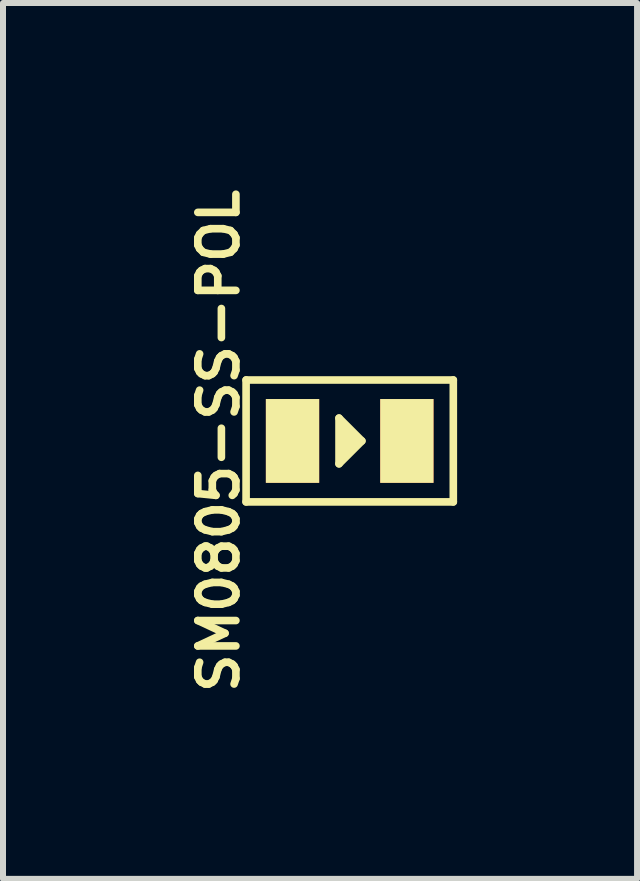
<source format=kicad_pcb>
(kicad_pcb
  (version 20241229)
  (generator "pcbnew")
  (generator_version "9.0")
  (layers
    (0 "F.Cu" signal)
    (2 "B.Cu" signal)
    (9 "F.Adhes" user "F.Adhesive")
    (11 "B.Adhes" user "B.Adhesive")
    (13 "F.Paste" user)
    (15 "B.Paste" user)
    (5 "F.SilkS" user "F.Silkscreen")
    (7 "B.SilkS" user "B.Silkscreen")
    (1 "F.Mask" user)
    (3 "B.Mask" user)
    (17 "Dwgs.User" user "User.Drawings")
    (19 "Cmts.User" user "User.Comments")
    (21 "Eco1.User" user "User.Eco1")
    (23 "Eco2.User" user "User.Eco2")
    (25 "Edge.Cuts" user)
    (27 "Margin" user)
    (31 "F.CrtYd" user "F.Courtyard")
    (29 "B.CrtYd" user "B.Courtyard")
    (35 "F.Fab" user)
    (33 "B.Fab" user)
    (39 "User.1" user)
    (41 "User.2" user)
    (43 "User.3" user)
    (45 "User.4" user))
  (footprint "SM0805-SS-POL"
    (layer "F.Cu")
    (at 2.779 4.3)
    (property "Reference" "SM0805-SS-POL" (at -2.184 0 90) (layer "F.SilkS") (effects (font (size 0.635 0.635) (thickness 0.127))))
    (attr smd)
    (fp_line (start -1.727 1.016) (end -1.727 -1.016) (stroke (width 0.127) (type solid)) (layer "F.SilkS"))
    (fp_line (start -1.727 1.016) (end 1.727 1.016) (stroke (width 0.127) (type solid)) (layer "F.SilkS"))
    (fp_line (start -0.178 0.381) (end -0.178 -0.381) (stroke (width 0.127) (type solid)) (layer "F.SilkS"))
    (fp_line (start -0.102 -0.279) (end -0.102 0.279) (stroke (width 0.127) (type solid)) (layer "F.SilkS"))
    (fp_line (start -0.025 -0.203) (end -0.025 0.203) (stroke (width 0.127) (type solid)) (layer "F.SilkS"))
    (fp_line (start 0.076 -0.102) (end 0.076 0.076) (stroke (width 0.127) (type solid)) (layer "F.SilkS"))
    (fp_line (start 0.203 0) (end -0.178 -0.381) (stroke (width 0.127) (type solid)) (layer "F.SilkS"))
    (fp_line (start 0.203 0) (end -0.178 0.381) (stroke (width 0.127) (type solid)) (layer "F.SilkS"))
    (fp_line (start 1.727 -1.016) (end -1.727 -1.016) (stroke (width 0.127) (type solid)) (layer "F.SilkS"))
    (fp_line (start 1.727 -1.016) (end 1.727 1.016) (stroke (width 0.127) (type solid)) (layer "F.SilkS"))
    (pad "1" smd rect (at -0.953 0) (size 0.889 1.397) (layers "F.Cu" "F.Mask" "F.SilkS" "F.Paste"))
    (pad "2" smd rect (at 0.953 0) (size 0.889 1.397) (layers "F.Cu" "F.Mask" "F.SilkS" "F.Paste")))
  (gr_rect
    (start -3 -3)
    (end 7.569 11.6)
    (stroke (width 0.1) (type default))
    (fill no)
    (layer "Edge.Cuts")))
</source>
